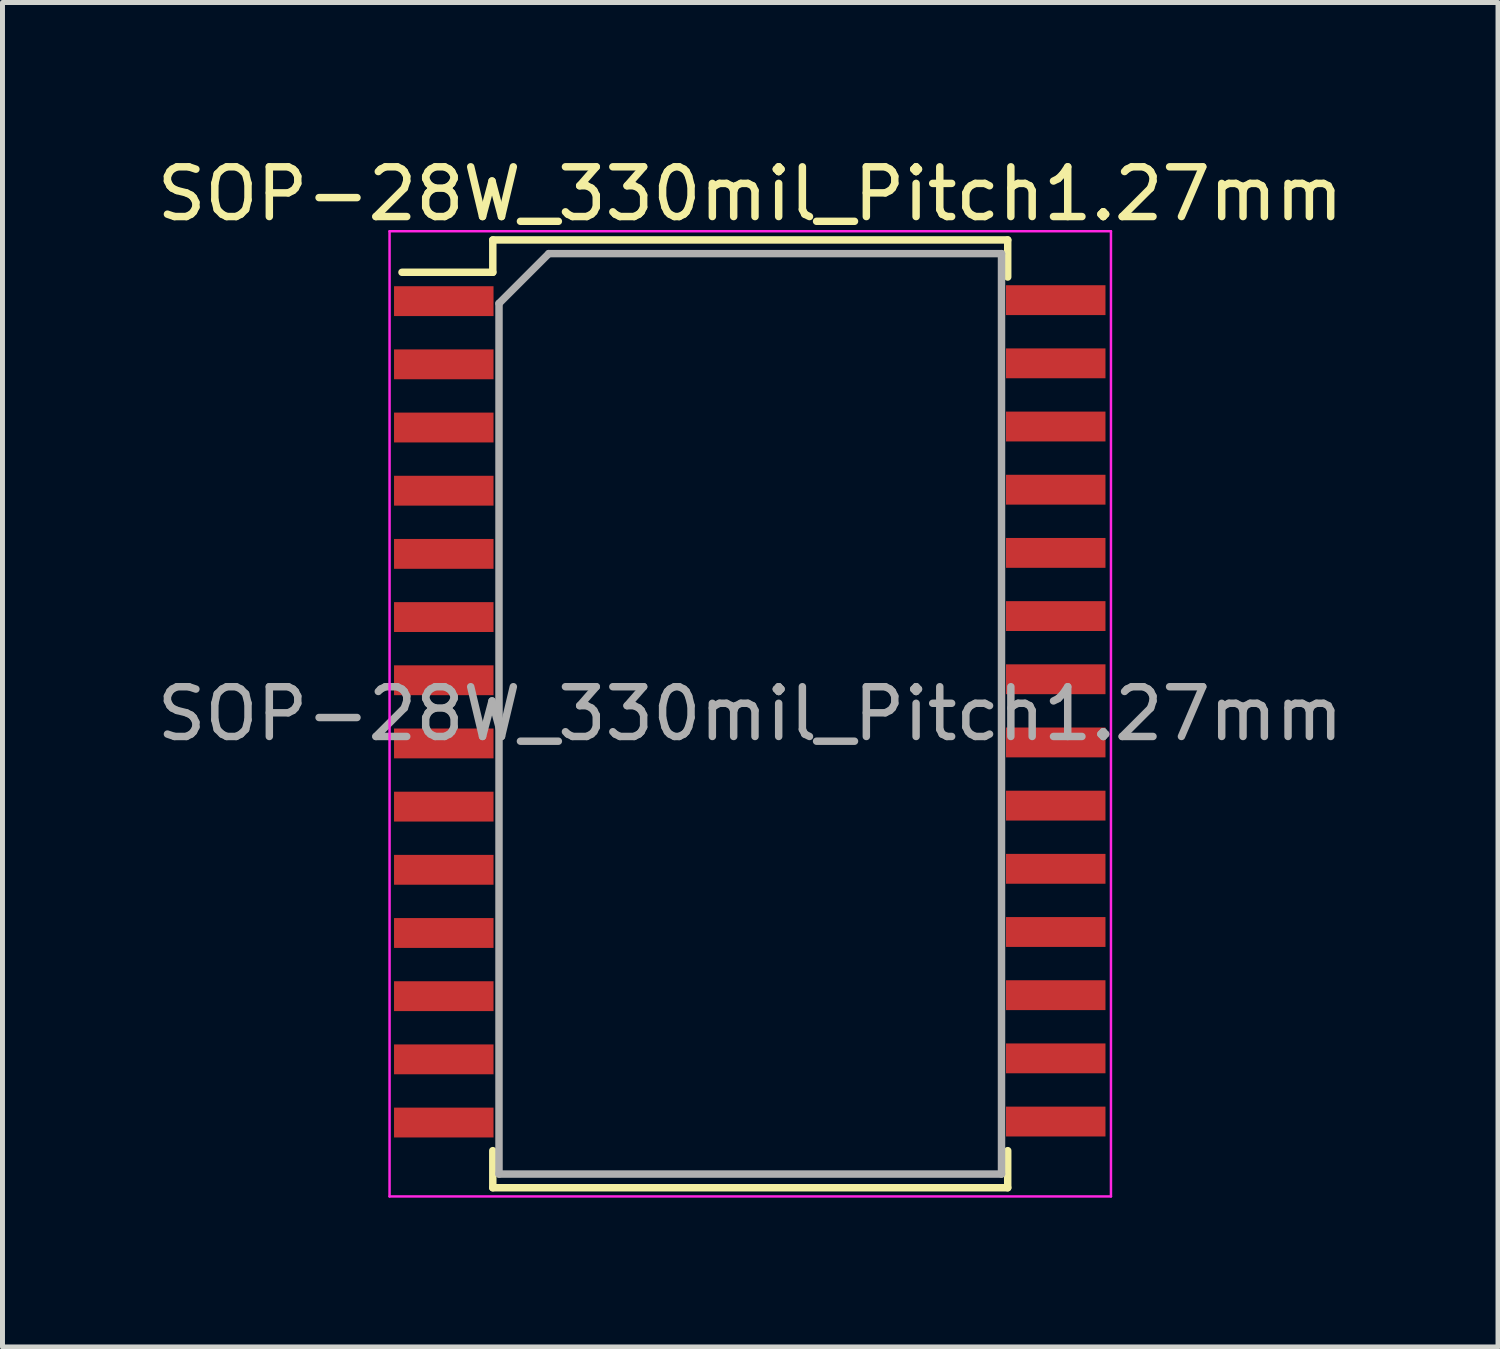
<source format=kicad_pcb>
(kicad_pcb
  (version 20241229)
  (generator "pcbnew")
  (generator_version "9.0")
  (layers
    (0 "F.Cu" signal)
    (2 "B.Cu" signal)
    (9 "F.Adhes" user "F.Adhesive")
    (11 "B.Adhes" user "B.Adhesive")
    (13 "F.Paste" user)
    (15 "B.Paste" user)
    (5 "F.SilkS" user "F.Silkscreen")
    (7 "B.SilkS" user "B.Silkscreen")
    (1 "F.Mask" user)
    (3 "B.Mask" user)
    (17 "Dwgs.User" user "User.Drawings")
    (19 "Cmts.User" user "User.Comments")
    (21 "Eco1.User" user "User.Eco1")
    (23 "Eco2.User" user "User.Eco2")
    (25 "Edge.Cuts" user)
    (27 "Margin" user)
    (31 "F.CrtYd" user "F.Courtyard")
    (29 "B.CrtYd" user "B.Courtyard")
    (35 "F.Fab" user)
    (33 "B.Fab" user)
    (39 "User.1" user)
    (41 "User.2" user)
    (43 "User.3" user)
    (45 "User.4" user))
  (footprint "SOP-28W_330mil_Pitch1.27mm"
    (layer "F.Cu")
    (at 12.03 11.298)
    (property "Reference" "SOP-28W_330mil_Pitch1.27mm" (at 0 -10.45 0) (layer "F.SilkS") (effects (font (size 1 1) (thickness 0.15))))
    (attr smd)
    (fp_line (start -5.175 -9.525) (end -5.175 -8.875) (stroke (width 0.15) (type solid)) (layer "F.SilkS"))
    (fp_line (start -5.175 -9.525) (end 5.175 -9.525) (stroke (width 0.15) (type solid)) (layer "F.SilkS"))
    (fp_line (start -5.175 -8.875) (end -7 -8.875) (stroke (width 0.15) (type solid)) (layer "F.SilkS"))
    (fp_line (start -5.175 9.525) (end -5.175 8.78) (stroke (width 0.15) (type solid)) (layer "F.SilkS"))
    (fp_line (start -5.175 9.525) (end 5.175 9.525) (stroke (width 0.15) (type solid)) (layer "F.SilkS"))
    (fp_line (start 5.175 -9.525) (end 5.175 -8.78) (stroke (width 0.15) (type solid)) (layer "F.SilkS"))
    (fp_line (start 5.175 9.525) (end 5.175 8.78) (stroke (width 0.15) (type solid)) (layer "F.SilkS"))
    (fp_line (start -7.25 -9.7) (end -7.25 9.7) (stroke (width 0.05) (type solid)) (layer "F.CrtYd"))
    (fp_line (start -7.25 -9.7) (end 7.25 -9.7) (stroke (width 0.05) (type solid)) (layer "F.CrtYd"))
    (fp_line (start -7.25 9.7) (end 7.25 9.7) (stroke (width 0.05) (type solid)) (layer "F.CrtYd"))
    (fp_line (start 7.25 -9.7) (end 7.25 9.7) (stroke (width 0.05) (type solid)) (layer "F.CrtYd"))
    (fp_line (start -5.05 -8.25) (end -4.05 -9.25) (stroke (width 0.15) (type solid)) (layer "F.Fab"))
    (fp_line (start -5.05 9.25) (end -5.05 -8.25) (stroke (width 0.15) (type solid)) (layer "F.Fab"))
    (fp_line (start -4.05 -9.25) (end 5.05 -9.25) (stroke (width 0.15) (type solid)) (layer "F.Fab"))
    (fp_line (start 5.05 -9.25) (end 5.05 9.25) (stroke (width 0.15) (type solid)) (layer "F.Fab"))
    (fp_line (start 5.05 9.25) (end -5.05 9.25) (stroke (width 0.15) (type solid)) (layer "F.Fab"))
    (fp_text user "${REFERENCE}" (at 0 0 0) (layer "F.Fab") (effects (font (size 1 1) (thickness 0.15))))
    (pad "1" smd rect (at -6.16 -8.295) (size 2 0.6) (layers "F.Cu" "F.Mask" "F.Paste"))
    (pad "2" smd rect (at -6.16 -7.025) (size 2 0.6) (layers "F.Cu" "F.Mask" "F.Paste"))
    (pad "3" smd rect (at -6.16 -5.755) (size 2 0.6) (layers "F.Cu" "F.Mask" "F.Paste"))
    (pad "4" smd rect (at -6.16 -4.485) (size 2 0.6) (layers "F.Cu" "F.Mask" "F.Paste"))
    (pad "5" smd rect (at -6.16 -3.215) (size 2 0.6) (layers "F.Cu" "F.Mask" "F.Paste"))
    (pad "6" smd rect (at -6.16 -1.945) (size 2 0.6) (layers "F.Cu" "F.Mask" "F.Paste"))
    (pad "7" smd rect (at -6.16 -0.675) (size 2 0.6) (layers "F.Cu" "F.Mask" "F.Paste"))
    (pad "8" smd rect (at -6.16 0.595) (size 2 0.6) (layers "F.Cu" "F.Mask" "F.Paste"))
    (pad "9" smd rect (at -6.16 1.865) (size 2 0.6) (layers "F.Cu" "F.Mask" "F.Paste"))
    (pad "10" smd rect (at -6.16 3.135) (size 2 0.6) (layers "F.Cu" "F.Mask" "F.Paste"))
    (pad "11" smd rect (at -6.16 4.405) (size 2 0.6) (layers "F.Cu" "F.Mask" "F.Paste"))
    (pad "12" smd rect (at -6.16 5.675) (size 2 0.6) (layers "F.Cu" "F.Mask" "F.Paste"))
    (pad "13" smd rect (at -6.16 6.945) (size 2 0.6) (layers "F.Cu" "F.Mask" "F.Paste"))
    (pad "14" smd rect (at -6.16 8.215) (size 2 0.6) (layers "F.Cu" "F.Mask" "F.Paste"))
    (pad "15" smd rect (at 6.14 8.195) (size 2 0.6) (layers "F.Cu" "F.Mask" "F.Paste"))
    (pad "16" smd rect (at 6.14 6.925) (size 2 0.6) (layers "F.Cu" "F.Mask" "F.Paste"))
    (pad "17" smd rect (at 6.14 5.655) (size 2 0.6) (layers "F.Cu" "F.Mask" "F.Paste"))
    (pad "18" smd rect (at 6.14 4.385) (size 2 0.6) (layers "F.Cu" "F.Mask" "F.Paste"))
    (pad "19" smd rect (at 6.14 3.115) (size 2 0.6) (layers "F.Cu" "F.Mask" "F.Paste"))
    (pad "20" smd rect (at 6.14 1.845) (size 2 0.6) (layers "F.Cu" "F.Mask" "F.Paste"))
    (pad "21" smd rect (at 6.14 0.575) (size 2 0.6) (layers "F.Cu" "F.Mask" "F.Paste"))
    (pad "22" smd rect (at 6.14 -0.695) (size 2 0.6) (layers "F.Cu" "F.Mask" "F.Paste"))
    (pad "23" smd rect (at 6.14 -1.965) (size 2 0.6) (layers "F.Cu" "F.Mask" "F.Paste"))
    (pad "24" smd rect (at 6.14 -3.235) (size 2 0.6) (layers "F.Cu" "F.Mask" "F.Paste"))
    (pad "25" smd rect (at 6.14 -4.505) (size 2 0.6) (layers "F.Cu" "F.Mask" "F.Paste"))
    (pad "26" smd rect (at 6.14 -5.775) (size 2 0.6) (layers "F.Cu" "F.Mask" "F.Paste"))
    (pad "27" smd rect (at 6.14 -7.045) (size 2 0.6) (layers "F.Cu" "F.Mask" "F.Paste"))
    (pad "28" smd rect (at 6.14 -8.315) (size 2 0.6) (layers "F.Cu" "F.Mask" "F.Paste")))
  (gr_rect
    (start -3 -3)
    (end 27.06 24.023)
    (stroke (width 0.1) (type default))
    (fill no)
    (layer "Edge.Cuts")))
</source>
